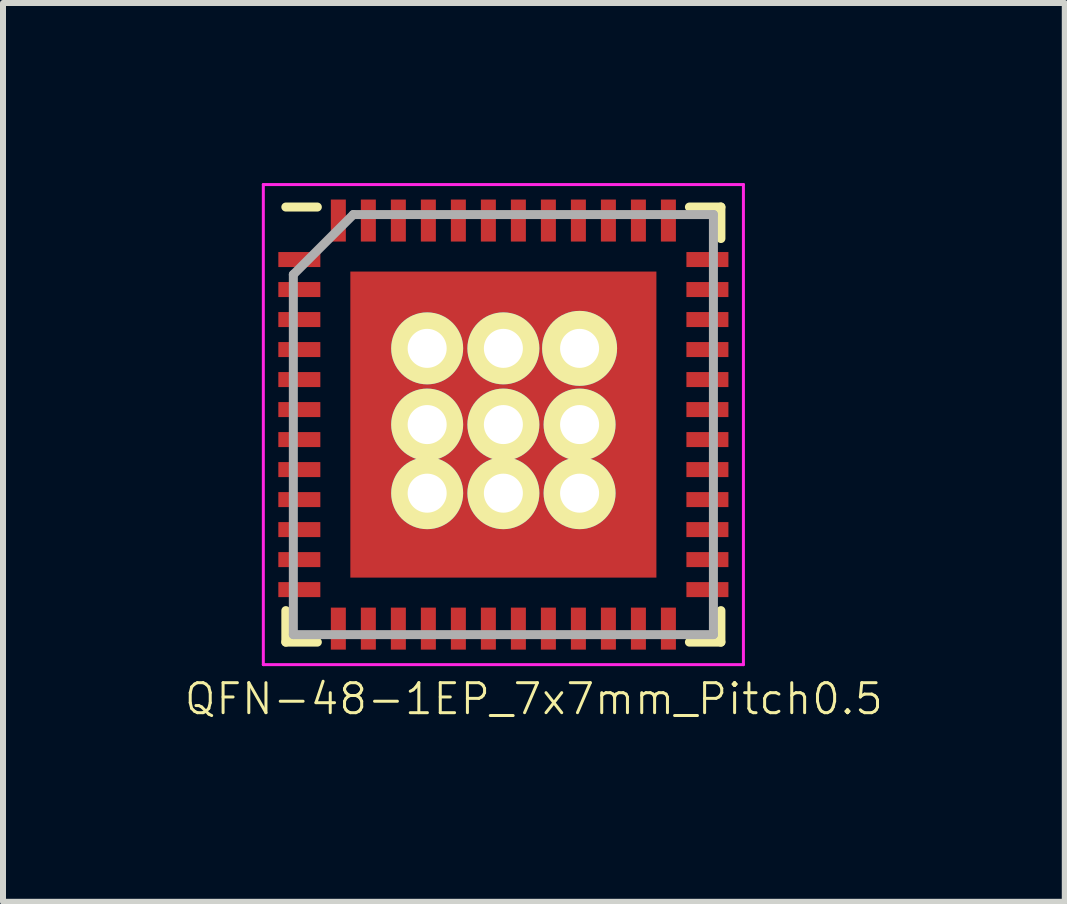
<source format=kicad_pcb>
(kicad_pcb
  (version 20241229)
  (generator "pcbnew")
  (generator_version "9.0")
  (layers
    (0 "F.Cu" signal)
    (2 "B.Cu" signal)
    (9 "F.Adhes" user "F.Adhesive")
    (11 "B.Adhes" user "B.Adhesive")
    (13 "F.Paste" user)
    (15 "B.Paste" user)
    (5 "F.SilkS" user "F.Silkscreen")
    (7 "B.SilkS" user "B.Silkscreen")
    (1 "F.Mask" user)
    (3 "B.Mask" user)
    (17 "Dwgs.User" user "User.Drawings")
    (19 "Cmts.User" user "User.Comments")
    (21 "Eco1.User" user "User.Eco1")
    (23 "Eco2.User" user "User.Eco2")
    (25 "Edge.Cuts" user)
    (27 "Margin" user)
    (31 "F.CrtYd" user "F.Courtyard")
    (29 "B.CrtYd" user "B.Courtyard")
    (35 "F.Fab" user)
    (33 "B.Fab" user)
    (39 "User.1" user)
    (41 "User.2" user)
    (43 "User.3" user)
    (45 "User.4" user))
  (footprint "QFN-48-1EP_7x7mm_Pitch0.5"
    (layer "F.Cu")
    (at 5.338 4.025)
    (property "Reference" "QFN-48-1EP_7x7mm_Pitch0.5" (at 0.508 4.572 0) (layer "F.SilkS") (effects (font (size 0.5 0.5) (thickness 0.05))))
    (attr smd)
    (fp_line (start -3.625 -3.625) (end -3.1 -3.625) (stroke (width 0.15) (type solid)) (layer "F.SilkS"))
    (fp_line (start -3.625 3.625) (end -3.625 3.1) (stroke (width 0.15) (type solid)) (layer "F.SilkS"))
    (fp_line (start -3.625 3.625) (end -3.1 3.625) (stroke (width 0.15) (type solid)) (layer "F.SilkS"))
    (fp_line (start 3.625 -3.625) (end 3.1 -3.625) (stroke (width 0.15) (type solid)) (layer "F.SilkS"))
    (fp_line (start 3.625 -3.625) (end 3.625 -3.1) (stroke (width 0.15) (type solid)) (layer "F.SilkS"))
    (fp_line (start 3.625 3.625) (end 3.1 3.625) (stroke (width 0.15) (type solid)) (layer "F.SilkS"))
    (fp_line (start 3.625 3.625) (end 3.625 3.1) (stroke (width 0.15) (type solid)) (layer "F.SilkS"))
    (fp_line (start -4 -4) (end -4 4) (stroke (width 0.05) (type solid)) (layer "F.CrtYd"))
    (fp_line (start -4 -4) (end 4 -4) (stroke (width 0.05) (type solid)) (layer "F.CrtYd"))
    (fp_line (start -4 4) (end 4 4) (stroke (width 0.05) (type solid)) (layer "F.CrtYd"))
    (fp_line (start 4 -4) (end 4 4) (stroke (width 0.05) (type solid)) (layer "F.CrtYd"))
    (fp_line (start -3.5 -2.5) (end -2.5 -3.5) (stroke (width 0.15) (type solid)) (layer "F.Fab"))
    (fp_line (start -3.5 3.5) (end -3.5 -2.5) (stroke (width 0.15) (type solid)) (layer "F.Fab"))
    (fp_line (start -2.5 -3.5) (end 3.5 -3.5) (stroke (width 0.15) (type solid)) (layer "F.Fab"))
    (fp_line (start 3.5 -3.5) (end 3.5 3.5) (stroke (width 0.15) (type solid)) (layer "F.Fab"))
    (fp_line (start 3.5 3.5) (end -3.5 3.5) (stroke (width 0.15) (type solid)) (layer "F.Fab"))
    (pad "" thru_hole circle (at -1.27 -1.27) (size 1.2 1.2) (drill 0.65) (layers "*.Cu" "*.Mask" "F.SilkS"))
    (pad "" thru_hole circle (at -1.27 0) (size 1.2 1.2) (drill 0.65) (layers "*.Cu" "*.Mask" "F.SilkS"))
    (pad "" thru_hole circle (at -1.27 1.143) (size 1.2 1.2) (drill 0.65) (layers "*.Cu" "*.Mask" "F.SilkS"))
    (pad "" thru_hole circle (at 0 -1.27) (size 1.2 1.2) (drill 0.65) (layers "*.Cu" "*.Mask" "F.SilkS"))
    (pad "" thru_hole circle (at 0 0) (size 1.2 1.2) (drill 0.65) (layers "*.Cu" "*.Mask" "F.SilkS"))
    (pad "" thru_hole circle (at 0 1.143) (size 1.2 1.2) (drill 0.65) (layers "*.Cu" "*.Mask" "F.SilkS"))
    (pad "" thru_hole circle (at 1.27 -1.27) (size 1.25 1.25) (drill 0.65) (layers "*.Cu" "*.Mask" "F.SilkS"))
    (pad "" thru_hole circle (at 1.27 0) (size 1.2 1.2) (drill 0.65) (layers "*.Cu" "*.Mask" "F.SilkS"))
    (pad "" thru_hole circle (at 1.27 1.143) (size 1.2 1.2) (drill 0.65) (layers "*.Cu" "*.Mask" "F.SilkS"))
    (pad "1" smd rect (at -3.4 -2.75) (size 0.7 0.25) (layers "F.Cu" "F.Mask" "F.Paste"))
    (pad "2" smd rect (at -3.4 -2.25) (size 0.7 0.25) (layers "F.Cu" "F.Mask" "F.Paste"))
    (pad "3" smd rect (at -3.4 -1.75) (size 0.7 0.25) (layers "F.Cu" "F.Mask" "F.Paste"))
    (pad "4" smd rect (at -3.4 -1.25) (size 0.7 0.25) (layers "F.Cu" "F.Mask" "F.Paste"))
    (pad "5" smd rect (at -3.4 -0.75) (size 0.7 0.25) (layers "F.Cu" "F.Mask" "F.Paste"))
    (pad "6" smd rect (at -3.4 -0.25) (size 0.7 0.25) (layers "F.Cu" "F.Mask" "F.Paste"))
    (pad "7" smd rect (at -3.4 0.25) (size 0.7 0.25) (layers "F.Cu" "F.Mask" "F.Paste"))
    (pad "8" smd rect (at -3.4 0.75) (size 0.7 0.25) (layers "F.Cu" "F.Mask" "F.Paste"))
    (pad "9" smd rect (at -3.4 1.25) (size 0.7 0.25) (layers "F.Cu" "F.Mask" "F.Paste"))
    (pad "10" smd rect (at -3.4 1.75) (size 0.7 0.25) (layers "F.Cu" "F.Mask" "F.Paste"))
    (pad "11" smd rect (at -3.4 2.25) (size 0.7 0.25) (layers "F.Cu" "F.Mask" "F.Paste"))
    (pad "12" smd rect (at -3.4 2.75) (size 0.7 0.25) (layers "F.Cu" "F.Mask" "F.Paste"))
    (pad "13" smd rect (at -2.75 3.4 90) (size 0.7 0.25) (layers "F.Cu" "F.Mask" "F.Paste"))
    (pad "14" smd rect (at -2.25 3.4 90) (size 0.7 0.25) (layers "F.Cu" "F.Mask" "F.Paste"))
    (pad "15" smd rect (at -1.75 3.4 90) (size 0.7 0.25) (layers "F.Cu" "F.Mask" "F.Paste"))
    (pad "16" smd rect (at -1.25 3.4 90) (size 0.7 0.25) (layers "F.Cu" "F.Mask" "F.Paste"))
    (pad "17" smd rect (at -0.75 3.4 90) (size 0.7 0.25) (layers "F.Cu" "F.Mask" "F.Paste"))
    (pad "18" smd rect (at -0.25 3.4 90) (size 0.7 0.25) (layers "F.Cu" "F.Mask" "F.Paste"))
    (pad "19" smd rect (at 0.25 3.4 90) (size 0.7 0.25) (layers "F.Cu" "F.Mask" "F.Paste"))
    (pad "20" smd rect (at 0.75 3.4 90) (size 0.7 0.25) (layers "F.Cu" "F.Mask" "F.Paste"))
    (pad "21" smd rect (at 1.25 3.4 90) (size 0.7 0.25) (layers "F.Cu" "F.Mask" "F.Paste"))
    (pad "22" smd rect (at 1.75 3.4 90) (size 0.7 0.25) (layers "F.Cu" "F.Mask" "F.Paste"))
    (pad "23" smd rect (at 2.25 3.4 90) (size 0.7 0.25) (layers "F.Cu" "F.Mask" "F.Paste"))
    (pad "24" smd rect (at 2.75 3.4 90) (size 0.7 0.25) (layers "F.Cu" "F.Mask" "F.Paste"))
    (pad "25" smd rect (at 3.4 2.75) (size 0.7 0.25) (layers "F.Cu" "F.Mask" "F.Paste"))
    (pad "26" smd rect (at 3.4 2.25) (size 0.7 0.25) (layers "F.Cu" "F.Mask" "F.Paste"))
    (pad "27" smd rect (at 3.4 1.75) (size 0.7 0.25) (layers "F.Cu" "F.Mask" "F.Paste"))
    (pad "28" smd rect (at 3.4 1.25) (size 0.7 0.25) (layers "F.Cu" "F.Mask" "F.Paste"))
    (pad "29" smd rect (at 3.4 0.75) (size 0.7 0.25) (layers "F.Cu" "F.Mask" "F.Paste"))
    (pad "30" smd rect (at 3.4 0.25) (size 0.7 0.25) (layers "F.Cu" "F.Mask" "F.Paste"))
    (pad "31" smd rect (at 3.4 -0.25) (size 0.7 0.25) (layers "F.Cu" "F.Mask" "F.Paste"))
    (pad "32" smd rect (at 3.4 -0.75) (size 0.7 0.25) (layers "F.Cu" "F.Mask" "F.Paste"))
    (pad "33" smd rect (at 3.4 -1.25) (size 0.7 0.25) (layers "F.Cu" "F.Mask" "F.Paste"))
    (pad "34" smd rect (at 3.4 -1.75) (size 0.7 0.25) (layers "F.Cu" "F.Mask" "F.Paste"))
    (pad "35" smd rect (at 3.4 -2.25) (size 0.7 0.25) (layers "F.Cu" "F.Mask" "F.Paste"))
    (pad "36" smd rect (at 3.4 -2.75) (size 0.7 0.25) (layers "F.Cu" "F.Mask" "F.Paste"))
    (pad "37" smd rect (at 2.75 -3.4 90) (size 0.7 0.25) (layers "F.Cu" "F.Mask" "F.Paste"))
    (pad "38" smd rect (at 2.25 -3.4 90) (size 0.7 0.25) (layers "F.Cu" "F.Mask" "F.Paste"))
    (pad "39" smd rect (at 1.75 -3.4 90) (size 0.7 0.25) (layers "F.Cu" "F.Mask" "F.Paste"))
    (pad "40" smd rect (at 1.25 -3.4 90) (size 0.7 0.25) (layers "F.Cu" "F.Mask" "F.Paste"))
    (pad "41" smd rect (at 0.75 -3.4 90) (size 0.7 0.25) (layers "F.Cu" "F.Mask" "F.Paste"))
    (pad "42" smd rect (at 0.25 -3.4 90) (size 0.7 0.25) (layers "F.Cu" "F.Mask" "F.Paste"))
    (pad "43" smd rect (at -0.25 -3.4 90) (size 0.7 0.25) (layers "F.Cu" "F.Mask" "F.Paste"))
    (pad "44" smd rect (at -0.75 -3.4 90) (size 0.7 0.25) (layers "F.Cu" "F.Mask" "F.Paste"))
    (pad "45" smd rect (at -1.25 -3.4 90) (size 0.7 0.25) (layers "F.Cu" "F.Mask" "F.Paste"))
    (pad "46" smd rect (at -1.75 -3.4 90) (size 0.7 0.25) (layers "F.Cu" "F.Mask" "F.Paste"))
    (pad "47" smd rect (at -2.25 -3.4 90) (size 0.7 0.25) (layers "F.Cu" "F.Mask" "F.Paste"))
    (pad "48" smd rect (at -2.75 -3.4 90) (size 0.7 0.25) (layers "F.Cu" "F.Mask" "F.Paste"))
    (pad "49" smd rect (at 0 0) (size 5.1 5.1) (layers "F.Cu" "F.Mask" "F.Paste")))
  (gr_rect
    (start -3 -3)
    (end 14.693 11.977)
    (stroke (width 0.1) (type default))
    (fill no)
    (layer "Edge.Cuts")))
</source>
